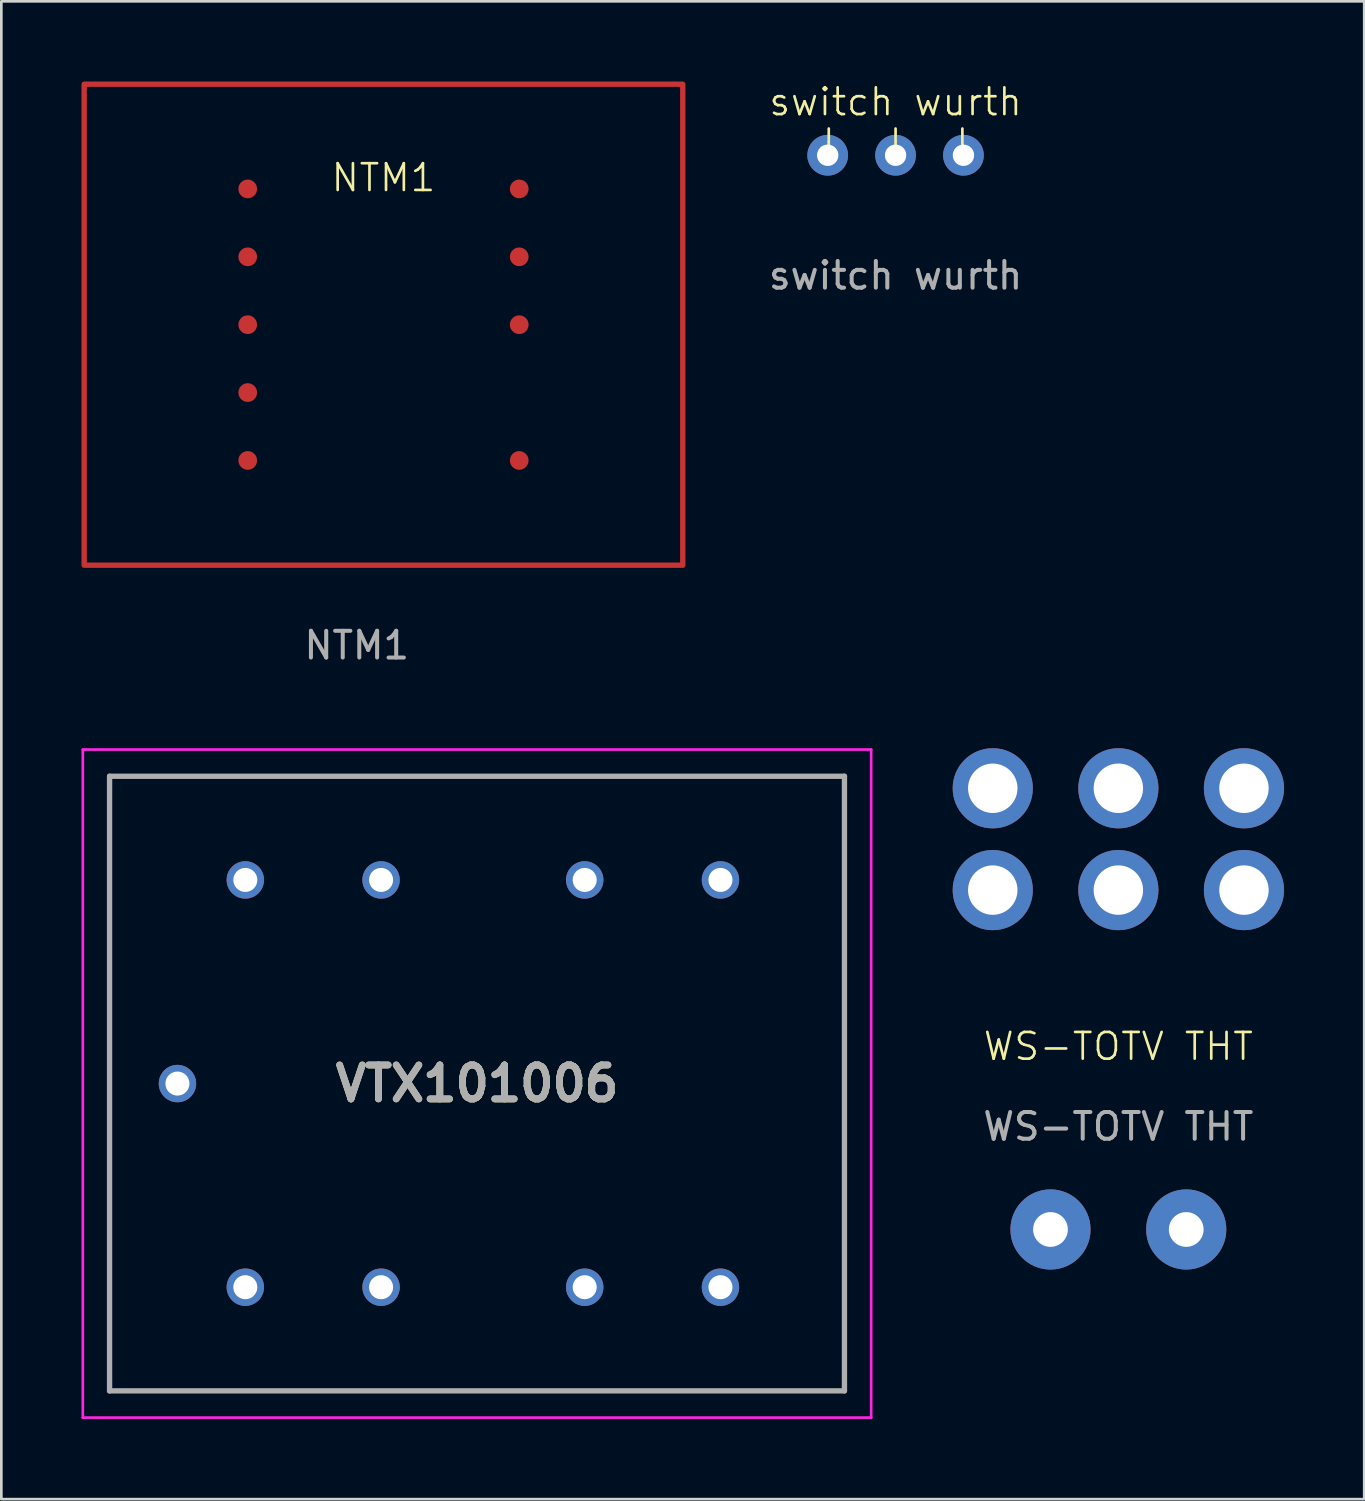
<source format=kicad_pcb>
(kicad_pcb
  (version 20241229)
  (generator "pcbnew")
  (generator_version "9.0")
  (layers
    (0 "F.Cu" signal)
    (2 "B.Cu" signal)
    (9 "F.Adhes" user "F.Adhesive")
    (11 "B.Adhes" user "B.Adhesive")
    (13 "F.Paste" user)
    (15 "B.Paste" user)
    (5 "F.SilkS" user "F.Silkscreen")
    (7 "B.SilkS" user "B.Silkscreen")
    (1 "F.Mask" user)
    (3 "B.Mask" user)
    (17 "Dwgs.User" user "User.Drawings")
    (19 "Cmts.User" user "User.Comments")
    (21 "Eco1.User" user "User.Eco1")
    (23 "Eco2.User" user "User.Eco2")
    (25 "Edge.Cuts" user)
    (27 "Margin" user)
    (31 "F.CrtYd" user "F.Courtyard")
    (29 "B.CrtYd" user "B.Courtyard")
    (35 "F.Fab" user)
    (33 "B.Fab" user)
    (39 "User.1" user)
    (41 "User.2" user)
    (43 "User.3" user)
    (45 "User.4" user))
  (footprint "NTM1"
    (layer "F.Cu")
    (at 11.3 9.1)
    (property "Reference" "NTM1" (at 0 -5.5 0) (unlocked yes) (layer "F.SilkS") (effects (font (size 1 1) (thickness 0.1))))
    (attr smd)
    (fp_rect (start -11.2 -9) (end 11.2 9) (stroke (width 0.2) (type default)) (fill no) (layer "F.Cu"))
    (fp_text user "${REFERENCE}" (at -1 12 0) (unlocked yes) (layer "F.Fab") (effects (font (size 1 1) (thickness 0.15))))
    (pad "1" smd circle (at 5.08 5.08) (size 0.7 0.7) (layers "F.Cu" "F.Mask" "F.Paste"))
    (pad "2" smd circle (at 5.08 0) (size 0.7 0.7) (layers "F.Cu" "F.Mask" "F.Paste"))
    (pad "3" smd circle (at 5.08 -2.54) (size 0.7 0.7) (layers "F.Cu" "F.Mask" "F.Paste"))
    (pad "4" smd circle (at 5.08 -5.08) (size 0.7 0.7) (layers "F.Cu" "F.Mask" "F.Paste"))
    (pad "5" smd circle (at -5.08 -5.08) (size 0.7 0.7) (layers "F.Cu" "F.Mask" "F.Paste"))
    (pad "6" smd circle (at -5.08 -2.54) (size 0.7 0.7) (layers "F.Cu" "F.Mask" "F.Paste"))
    (pad "7" smd circle (at -5.08 0) (size 0.7 0.7) (layers "F.Cu" "F.Mask" "F.Paste"))
    (pad "8" smd circle (at -5.08 2.54) (size 0.7 0.7) (layers "F.Cu" "F.Mask" "F.Paste"))
    (pad "9" smd circle (at -5.08 5.08) (size 0.7 0.7) (layers "F.Cu" "F.Mask" "F.Paste")))
  (footprint "switch wurth"
    (layer "F.Cu")
    (at 30.463 2.76)
    (property "Reference" "switch wurth" (at 0 -2 0) (unlocked yes) (layer "F.SilkS") (effects (font (size 1 1) (thickness 0.1))))
    (attr through_hole)
    (fp_line (start -2.5 -0.5) (end -2.5 -1) (stroke (width 0.1) (type default)) (layer "F.SilkS"))
    (fp_line (start -2.5 0) (end -2.5 -0.5) (stroke (width 0.1) (type default)) (layer "F.SilkS"))
    (fp_line (start 0 0) (end 0 -1) (stroke (width 0.1) (type default)) (layer "F.SilkS"))
    (fp_line (start 2.5 0) (end 2.5 -1) (stroke (width 0.1) (type default)) (layer "F.SilkS"))
    (fp_text user "${REFERENCE}" (at 0 4.5 0) (unlocked yes) (layer "F.Fab") (effects (font (size 1 1) (thickness 0.15))))
    (pad "1" thru_hole circle (at 0 0) (size 1.524 1.524) (drill 0.8) (layers "*.Cu" "*.Mask"))
    (pad "2" thru_hole circle (at -2.54 0) (size 1.524 1.524) (drill 0.8) (layers "*.Cu" "*.Mask"))
    (pad "3" thru_hole circle (at 2.54 0) (size 1.524 1.524) (drill 0.8) (layers "*.Cu" "*.Mask")))
  (footprint "VTX101006"
    (layer "F.Cu")
    (at 23.91 29.878)
    (property "Reference" "VTX101006" (at -9.11 7.62 0) (layer "F.SilkS") (effects (font (size 1.27 1.27) (thickness 0.254))))
    (attr through_hole)
    (fp_line (start -22.86 -3.88) (end -22.86 19.12) (stroke (width 0.1) (type solid)) (layer "F.SilkS"))
    (fp_line (start -22.86 19.12) (end 4.64 19.12) (stroke (width 0.1) (type solid)) (layer "F.SilkS"))
    (fp_line (start 4.64 -3.88) (end -22.86 -3.88) (stroke (width 0.1) (type solid)) (layer "F.SilkS"))
    (fp_line (start 4.64 19.12) (end 4.64 -3.88) (stroke (width 0.1) (type solid)) (layer "F.SilkS"))
    (fp_line (start -23.86 -4.88) (end -23.86 20.12) (stroke (width 0.1) (type solid)) (layer "F.CrtYd"))
    (fp_line (start -23.86 20.12) (end 5.64 20.12) (stroke (width 0.1) (type solid)) (layer "F.CrtYd"))
    (fp_line (start 5.64 -4.88) (end -23.86 -4.88) (stroke (width 0.1) (type solid)) (layer "F.CrtYd"))
    (fp_line (start 5.64 20.12) (end 5.64 -4.88) (stroke (width 0.1) (type solid)) (layer "F.CrtYd"))
    (fp_line (start -22.86 -3.88) (end -22.86 19.12) (stroke (width 0.2) (type solid)) (layer "F.Fab"))
    (fp_line (start -22.86 19.12) (end 4.64 19.12) (stroke (width 0.2) (type solid)) (layer "F.Fab"))
    (fp_line (start 4.64 -3.88) (end -22.86 -3.88) (stroke (width 0.2) (type solid)) (layer "F.Fab"))
    (fp_line (start 4.64 19.12) (end 4.64 -3.88) (stroke (width 0.2) (type solid)) (layer "F.Fab"))
    (fp_text user "${REFERENCE}" (at -9.11 7.62 0) (layer "F.Fab") (effects (font (size 1.27 1.27) (thickness 0.254))))
    (pad "A1" thru_hole circle (at 0 0) (size 1.4 1.4) (drill 0.9) (layers "*.Cu" "*.Mask"))
    (pad "A2" thru_hole circle (at -5.08 0) (size 1.4 1.4) (drill 0.9) (layers "*.Cu" "*.Mask"))
    (pad "A3" thru_hole circle (at -12.7 0) (size 1.4 1.4) (drill 0.9) (layers "*.Cu" "*.Mask"))
    (pad "A4" thru_hole circle (at -17.78 0) (size 1.4 1.4) (drill 0.9) (layers "*.Cu" "*.Mask"))
    (pad "B1" thru_hole circle (at -17.78 15.24) (size 1.4 1.4) (drill 0.9) (layers "*.Cu" "*.Mask"))
    (pad "B2" thru_hole circle (at -12.7 15.24) (size 1.4 1.4) (drill 0.9) (layers "*.Cu" "*.Mask"))
    (pad "B3" thru_hole circle (at -5.08 15.24) (size 1.4 1.4) (drill 0.9) (layers "*.Cu" "*.Mask"))
    (pad "B4" thru_hole circle (at 0 15.24) (size 1.4 1.4) (drill 0.9) (layers "*.Cu" "*.Mask"))
    (pad "SP1" thru_hole circle (at -20.32 7.62) (size 1.4 1.4) (drill 0.9) (layers "*.Cu" "*.Mask")))
  (footprint "WS-TOTV THT"
    (layer "F.Cu")
    (at 38.8 36.608)
    (property "Reference" "WS-TOTV THT" (at 0 -0.5 0) (unlocked yes) (layer "F.SilkS") (effects (font (size 1 1) (thickness 0.1))))
    (attr through_hole)
    (fp_text user "${REFERENCE}" (at 0 2.5 0) (unlocked yes) (layer "F.Fab") (effects (font (size 1 1) (thickness 0.15))))
    (pad "1" thru_hole circle (at 4.7 -6.35) (size 3 3) (drill 1.85) (layers "*.Cu" "*.Mask"))
    (pad "2" thru_hole circle (at 0 -6.35) (size 3 3) (drill 1.85) (layers "*.Cu" "*.Mask"))
    (pad "3" thru_hole circle (at -4.7 -6.35) (size 3 3) (drill 1.85) (layers "*.Cu" "*.Mask"))
    (pad "4" thru_hole circle (at 4.7 -10.16) (size 3 3) (drill 1.85) (layers "*.Cu" "*.Mask"))
    (pad "5" thru_hole circle (at 0 -10.16) (size 3 3) (drill 1.85) (layers "*.Cu" "*.Mask"))
    (pad "6" thru_hole circle (at -4.7 -10.16) (size 3 3) (drill 1.85) (layers "*.Cu" "*.Mask"))
    (pad "7" thru_hole circle (at 2.54 6.35) (size 3 3) (drill 1.3) (layers "*.Cu" "*.Mask"))
    (pad "8" thru_hole circle (at -2.54 6.35) (size 3 3) (drill 1.3) (layers "*.Cu" "*.Mask")))
  (gr_rect
    (start -3 -3)
    (end 48 53.048)
    (stroke (width 0.1) (type default))
    (fill no)
    (layer "Edge.Cuts")))
</source>
